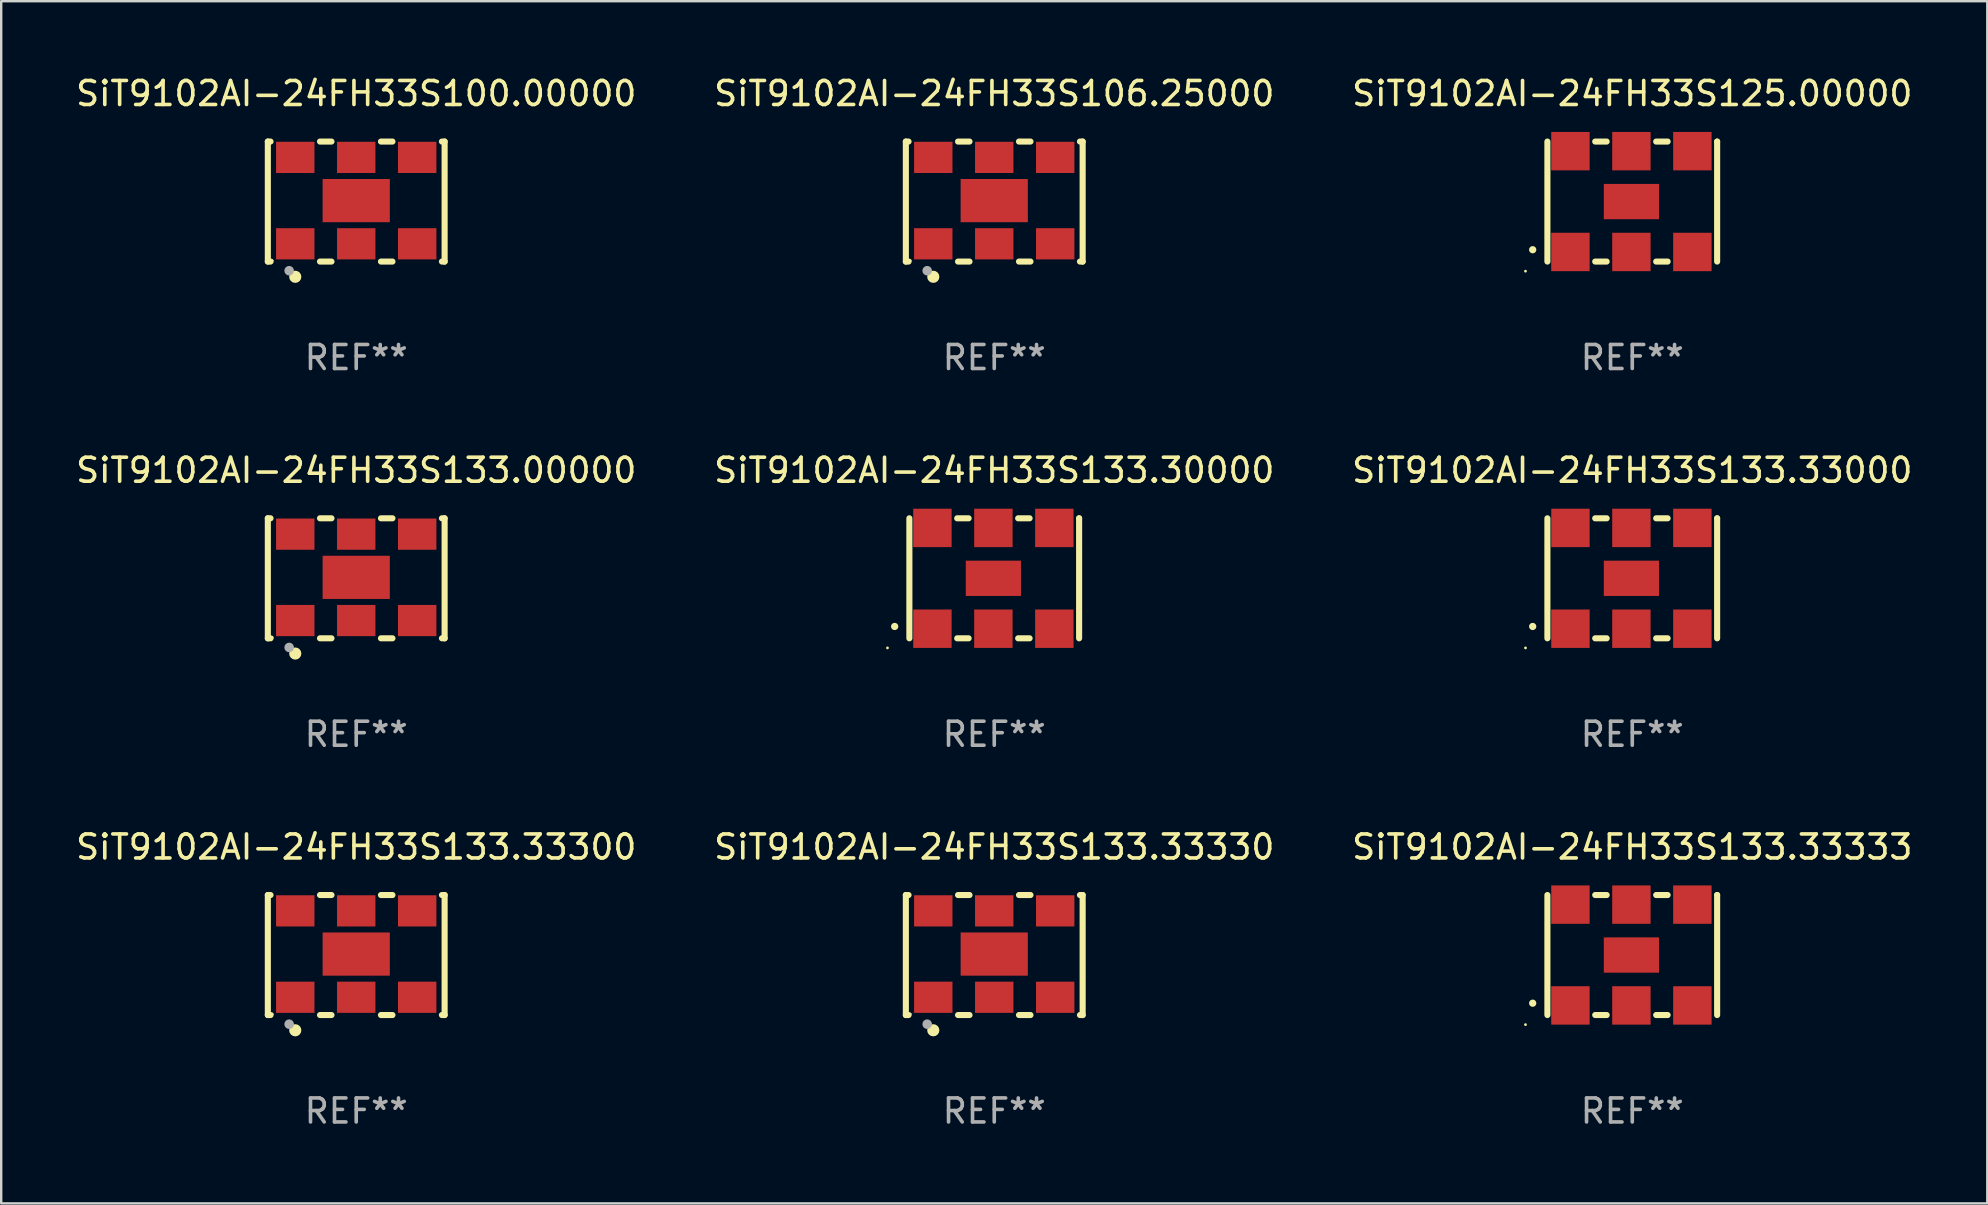
<source format=kicad_pcb>
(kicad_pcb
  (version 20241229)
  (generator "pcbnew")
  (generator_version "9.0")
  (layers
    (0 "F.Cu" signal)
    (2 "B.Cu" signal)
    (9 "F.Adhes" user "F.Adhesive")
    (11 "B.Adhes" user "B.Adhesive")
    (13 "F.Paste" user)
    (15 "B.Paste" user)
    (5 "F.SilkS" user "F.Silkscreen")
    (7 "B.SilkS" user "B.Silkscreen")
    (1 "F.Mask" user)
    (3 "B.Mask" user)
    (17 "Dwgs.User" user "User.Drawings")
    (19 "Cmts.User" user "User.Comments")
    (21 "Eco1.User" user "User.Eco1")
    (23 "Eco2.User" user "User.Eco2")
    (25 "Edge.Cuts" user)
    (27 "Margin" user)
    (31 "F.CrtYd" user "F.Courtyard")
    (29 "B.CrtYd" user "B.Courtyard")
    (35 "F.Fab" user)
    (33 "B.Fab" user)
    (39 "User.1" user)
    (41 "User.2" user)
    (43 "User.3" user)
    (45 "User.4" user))
  (footprint "SiT9102AI-24FH33S133.33333"
    (layer "F.Cu")
    (at 64.958 36.741)
    (property "Reference" "SiT9102AI-24FH33S133.33333" (at 0 -4.5 0) (layer "F.SilkS") (effects (font (size 1 1) (thickness 0.15))))
    (attr through_hole)
    (fp_line (start -3.536 -2.5) (end -3.536 2.5) (stroke (width 0.254) (type solid)) (layer "F.SilkS"))
    (fp_line (start -1.544 2.5) (end -1.067 2.5) (stroke (width 0.254) (type solid)) (layer "F.SilkS"))
    (fp_line (start -1.067 -2.5) (end -1.544 -2.5) (stroke (width 0.254) (type solid)) (layer "F.SilkS"))
    (fp_line (start 0.996 2.5) (end 1.473 2.5) (stroke (width 0.254) (type solid)) (layer "F.SilkS"))
    (fp_line (start 1.473 -2.5) (end 0.996 -2.5) (stroke (width 0.254) (type solid)) (layer "F.SilkS"))
    (fp_line (start 3.536 -2.5) (end 3.536 -2.5) (stroke (width 0.254) (type solid)) (layer "F.SilkS"))
    (fp_line (start 3.536 2.5) (end 3.536 -2.5) (stroke (width 0.254) (type solid)) (layer "F.SilkS"))
    (fp_arc (start -4.150432 2.006604) (mid -4.149162 2.006599) (end -4.147892 2.006604) (stroke (width 0.3) (type solid)) (layer "F.SilkS"))
    (fp_circle (center -4.449 2.9) (end -4.419 2.9) (stroke (width 0.06) (type solid)) (fill no) (layer "F.SilkS"))
    (fp_text user "REF**" (at 0 6.5 0) (layer "F.Fab") (effects (font (size 1 1) (thickness 0.15))))
    (pad "1" smd rect (at -2.576 2.1) (size 1.6 1.6) (layers "F.Cu" "F.Mask" "F.Paste"))
    (pad "2" smd rect (at -0.036 2.1) (size 1.6 1.6) (layers "F.Cu" "F.Mask" "F.Paste"))
    (pad "3" smd rect (at 2.504 2.1) (size 1.6 1.6) (layers "F.Cu" "F.Mask" "F.Paste"))
    (pad "4" smd rect (at 2.504 -2.1) (size 1.6 1.6) (layers "F.Cu" "F.Mask" "F.Paste"))
    (pad "5" smd rect (at -0.036 -2.1) (size 1.6 1.6) (layers "F.Cu" "F.Mask" "F.Paste"))
    (pad "6" smd rect (at -2.576 -2.1) (size 1.6 1.6) (layers "F.Cu" "F.Mask" "F.Paste"))
    (pad "7" smd rect (at -0.036 0) (size 2.3 1.47) (layers "F.Cu" "F.Mask" "F.Paste")))
  (footprint "SiT9102AI-24FH33S133.00000"
    (layer "F.Cu")
    (at 11.792 21.045)
    (property "Reference" "SiT9102AI-24FH33S133.00000" (at 0 -4.5 0) (layer "F.SilkS") (effects (font (size 1 1) (thickness 0.15))))
    (attr through_hole)
    (fp_line (start -3.683 -2.5) (end -3.571 -2.5) (stroke (width 0.254) (type solid)) (layer "F.SilkS"))
    (fp_line (start -3.683 2.5) (end -3.683 -2.5) (stroke (width 0.254) (type solid)) (layer "F.SilkS"))
    (fp_line (start -3.683 2.5) (end -3.571 2.5) (stroke (width 0.254) (type solid)) (layer "F.SilkS"))
    (fp_line (start -1.509 -2.5) (end -1.031 -2.5) (stroke (width 0.254) (type solid)) (layer "F.SilkS"))
    (fp_line (start -1.509 2.5) (end -1.031 2.5) (stroke (width 0.254) (type solid)) (layer "F.SilkS"))
    (fp_line (start 1.031 -2.5) (end 1.509 -2.5) (stroke (width 0.254) (type solid)) (layer "F.SilkS"))
    (fp_line (start 1.031 2.5) (end 1.509 2.5) (stroke (width 0.254) (type solid)) (layer "F.SilkS"))
    (fp_line (start 3.571 -2.5) (end 3.683 -2.5) (stroke (width 0.254) (type solid)) (layer "F.SilkS"))
    (fp_line (start 3.571 2.5) (end 3.683 2.5) (stroke (width 0.254) (type solid)) (layer "F.SilkS"))
    (fp_line (start 3.683 2.5) (end 3.683 -2.5) (stroke (width 0.254) (type solid)) (layer "F.SilkS"))
    (fp_circle (center -3.5 2.46) (end -3.47 2.46) (stroke (width 0.06) (type solid)) (fill no) (layer "F.SilkS"))
    (fp_circle (center -2.54 3.135) (end -2.413 3.135) (stroke (width 0.254) (type solid)) (fill no) (layer "F.SilkS"))
    (fp_circle (center -2.794 2.881) (end -2.694 2.881) (stroke (width 0.2) (type solid)) (fill no) (layer "F.Fab"))
    (fp_text user "REF**" (at 0 6.5 0) (layer "F.Fab") (effects (font (size 1 1) (thickness 0.15))))
    (pad "1" smd rect (at -2.54 1.76) (size 1.6 1.3) (layers "F.Cu" "F.Mask" "F.Paste"))
    (pad "2" smd rect (at 0 1.76) (size 1.6 1.3) (layers "F.Cu" "F.Mask" "F.Paste"))
    (pad "3" smd rect (at 2.54 1.76) (size 1.6 1.3) (layers "F.Cu" "F.Mask" "F.Paste"))
    (pad "4" smd rect (at 2.54 -1.84) (size 1.6 1.3) (layers "F.Cu" "F.Mask" "F.Paste"))
    (pad "5" smd rect (at 0 -1.84) (size 1.6 1.3) (layers "F.Cu" "F.Mask" "F.Paste"))
    (pad "6" smd rect (at -2.54 -1.84) (size 1.6 1.3) (layers "F.Cu" "F.Mask" "F.Paste"))
    (pad "7" smd rect (at 0 -0.04) (size 2.8 1.8) (layers "F.Cu" "F.Mask" "F.Paste")))
  (footprint "SiT9102AI-24FH33S133.30000"
    (layer "F.Cu")
    (at 38.375 21.045)
    (property "Reference" "SiT9102AI-24FH33S133.30000" (at 0 -4.5 0) (layer "F.SilkS") (effects (font (size 1 1) (thickness 0.15))))
    (attr through_hole)
    (fp_line (start -3.536 -2.5) (end -3.536 2.5) (stroke (width 0.254) (type solid)) (layer "F.SilkS"))
    (fp_line (start -1.544 2.5) (end -1.067 2.5) (stroke (width 0.254) (type solid)) (layer "F.SilkS"))
    (fp_line (start -1.067 -2.5) (end -1.544 -2.5) (stroke (width 0.254) (type solid)) (layer "F.SilkS"))
    (fp_line (start 0.996 2.5) (end 1.473 2.5) (stroke (width 0.254) (type solid)) (layer "F.SilkS"))
    (fp_line (start 1.473 -2.5) (end 0.996 -2.5) (stroke (width 0.254) (type solid)) (layer "F.SilkS"))
    (fp_line (start 3.536 -2.5) (end 3.536 -2.5) (stroke (width 0.254) (type solid)) (layer "F.SilkS"))
    (fp_line (start 3.536 2.5) (end 3.536 -2.5) (stroke (width 0.254) (type solid)) (layer "F.SilkS"))
    (fp_arc (start -4.150432 2.006604) (mid -4.149162 2.006599) (end -4.147892 2.006604) (stroke (width 0.3) (type solid)) (layer "F.SilkS"))
    (fp_circle (center -4.449 2.9) (end -4.419 2.9) (stroke (width 0.06) (type solid)) (fill no) (layer "F.SilkS"))
    (fp_text user "REF**" (at 0 6.5 0) (layer "F.Fab") (effects (font (size 1 1) (thickness 0.15))))
    (pad "1" smd rect (at -2.576 2.1) (size 1.6 1.6) (layers "F.Cu" "F.Mask" "F.Paste"))
    (pad "2" smd rect (at -0.036 2.1) (size 1.6 1.6) (layers "F.Cu" "F.Mask" "F.Paste"))
    (pad "3" smd rect (at 2.504 2.1) (size 1.6 1.6) (layers "F.Cu" "F.Mask" "F.Paste"))
    (pad "4" smd rect (at 2.504 -2.1) (size 1.6 1.6) (layers "F.Cu" "F.Mask" "F.Paste"))
    (pad "5" smd rect (at -0.036 -2.1) (size 1.6 1.6) (layers "F.Cu" "F.Mask" "F.Paste"))
    (pad "6" smd rect (at -2.576 -2.1) (size 1.6 1.6) (layers "F.Cu" "F.Mask" "F.Paste"))
    (pad "7" smd rect (at -0.036 0) (size 2.3 1.47) (layers "F.Cu" "F.Mask" "F.Paste")))
  (footprint "SiT9102AI-24FH33S106.25000"
    (layer "F.Cu")
    (at 38.375 5.348)
    (property "Reference" "SiT9102AI-24FH33S106.25000" (at 0 -4.5 0) (layer "F.SilkS") (effects (font (size 1 1) (thickness 0.15))))
    (attr through_hole)
    (fp_line (start -3.683 -2.5) (end -3.571 -2.5) (stroke (width 0.254) (type solid)) (layer "F.SilkS"))
    (fp_line (start -3.683 2.5) (end -3.683 -2.5) (stroke (width 0.254) (type solid)) (layer "F.SilkS"))
    (fp_line (start -3.683 2.5) (end -3.571 2.5) (stroke (width 0.254) (type solid)) (layer "F.SilkS"))
    (fp_line (start -1.509 -2.5) (end -1.031 -2.5) (stroke (width 0.254) (type solid)) (layer "F.SilkS"))
    (fp_line (start -1.509 2.5) (end -1.031 2.5) (stroke (width 0.254) (type solid)) (layer "F.SilkS"))
    (fp_line (start 1.031 -2.5) (end 1.509 -2.5) (stroke (width 0.254) (type solid)) (layer "F.SilkS"))
    (fp_line (start 1.031 2.5) (end 1.509 2.5) (stroke (width 0.254) (type solid)) (layer "F.SilkS"))
    (fp_line (start 3.571 -2.5) (end 3.683 -2.5) (stroke (width 0.254) (type solid)) (layer "F.SilkS"))
    (fp_line (start 3.571 2.5) (end 3.683 2.5) (stroke (width 0.254) (type solid)) (layer "F.SilkS"))
    (fp_line (start 3.683 2.5) (end 3.683 -2.5) (stroke (width 0.254) (type solid)) (layer "F.SilkS"))
    (fp_circle (center -3.5 2.46) (end -3.47 2.46) (stroke (width 0.06) (type solid)) (fill no) (layer "F.SilkS"))
    (fp_circle (center -2.54 3.135) (end -2.413 3.135) (stroke (width 0.254) (type solid)) (fill no) (layer "F.SilkS"))
    (fp_circle (center -2.794 2.881) (end -2.694 2.881) (stroke (width 0.2) (type solid)) (fill no) (layer "F.Fab"))
    (fp_text user "REF**" (at 0 6.5 0) (layer "F.Fab") (effects (font (size 1 1) (thickness 0.15))))
    (pad "1" smd rect (at -2.54 1.76) (size 1.6 1.3) (layers "F.Cu" "F.Mask" "F.Paste"))
    (pad "2" smd rect (at 0 1.76) (size 1.6 1.3) (layers "F.Cu" "F.Mask" "F.Paste"))
    (pad "3" smd rect (at 2.54 1.76) (size 1.6 1.3) (layers "F.Cu" "F.Mask" "F.Paste"))
    (pad "4" smd rect (at 2.54 -1.84) (size 1.6 1.3) (layers "F.Cu" "F.Mask" "F.Paste"))
    (pad "5" smd rect (at 0 -1.84) (size 1.6 1.3) (layers "F.Cu" "F.Mask" "F.Paste"))
    (pad "6" smd rect (at -2.54 -1.84) (size 1.6 1.3) (layers "F.Cu" "F.Mask" "F.Paste"))
    (pad "7" smd rect (at 0 -0.04) (size 2.8 1.8) (layers "F.Cu" "F.Mask" "F.Paste")))
  (footprint "SiT9102AI-24FH33S133.33300"
    (layer "F.Cu")
    (at 11.792 36.741)
    (property "Reference" "SiT9102AI-24FH33S133.33300" (at 0 -4.5 0) (layer "F.SilkS") (effects (font (size 1 1) (thickness 0.15))))
    (attr through_hole)
    (fp_line (start -3.683 -2.5) (end -3.571 -2.5) (stroke (width 0.254) (type solid)) (layer "F.SilkS"))
    (fp_line (start -3.683 2.5) (end -3.683 -2.5) (stroke (width 0.254) (type solid)) (layer "F.SilkS"))
    (fp_line (start -3.683 2.5) (end -3.571 2.5) (stroke (width 0.254) (type solid)) (layer "F.SilkS"))
    (fp_line (start -1.509 -2.5) (end -1.031 -2.5) (stroke (width 0.254) (type solid)) (layer "F.SilkS"))
    (fp_line (start -1.509 2.5) (end -1.031 2.5) (stroke (width 0.254) (type solid)) (layer "F.SilkS"))
    (fp_line (start 1.031 -2.5) (end 1.509 -2.5) (stroke (width 0.254) (type solid)) (layer "F.SilkS"))
    (fp_line (start 1.031 2.5) (end 1.509 2.5) (stroke (width 0.254) (type solid)) (layer "F.SilkS"))
    (fp_line (start 3.571 -2.5) (end 3.683 -2.5) (stroke (width 0.254) (type solid)) (layer "F.SilkS"))
    (fp_line (start 3.571 2.5) (end 3.683 2.5) (stroke (width 0.254) (type solid)) (layer "F.SilkS"))
    (fp_line (start 3.683 2.5) (end 3.683 -2.5) (stroke (width 0.254) (type solid)) (layer "F.SilkS"))
    (fp_circle (center -3.5 2.46) (end -3.47 2.46) (stroke (width 0.06) (type solid)) (fill no) (layer "F.SilkS"))
    (fp_circle (center -2.54 3.135) (end -2.413 3.135) (stroke (width 0.254) (type solid)) (fill no) (layer "F.SilkS"))
    (fp_circle (center -2.794 2.881) (end -2.694 2.881) (stroke (width 0.2) (type solid)) (fill no) (layer "F.Fab"))
    (fp_text user "REF**" (at 0 6.5 0) (layer "F.Fab") (effects (font (size 1 1) (thickness 0.15))))
    (pad "1" smd rect (at -2.54 1.76) (size 1.6 1.3) (layers "F.Cu" "F.Mask" "F.Paste"))
    (pad "2" smd rect (at 0 1.76) (size 1.6 1.3) (layers "F.Cu" "F.Mask" "F.Paste"))
    (pad "3" smd rect (at 2.54 1.76) (size 1.6 1.3) (layers "F.Cu" "F.Mask" "F.Paste"))
    (pad "4" smd rect (at 2.54 -1.84) (size 1.6 1.3) (layers "F.Cu" "F.Mask" "F.Paste"))
    (pad "5" smd rect (at 0 -1.84) (size 1.6 1.3) (layers "F.Cu" "F.Mask" "F.Paste"))
    (pad "6" smd rect (at -2.54 -1.84) (size 1.6 1.3) (layers "F.Cu" "F.Mask" "F.Paste"))
    (pad "7" smd rect (at 0 -0.04) (size 2.8 1.8) (layers "F.Cu" "F.Mask" "F.Paste")))
  (footprint "SiT9102AI-24FH33S133.33330"
    (layer "F.Cu")
    (at 38.375 36.741)
    (property "Reference" "SiT9102AI-24FH33S133.33330" (at 0 -4.5 0) (layer "F.SilkS") (effects (font (size 1 1) (thickness 0.15))))
    (attr through_hole)
    (fp_line (start -3.683 -2.5) (end -3.571 -2.5) (stroke (width 0.254) (type solid)) (layer "F.SilkS"))
    (fp_line (start -3.683 2.5) (end -3.683 -2.5) (stroke (width 0.254) (type solid)) (layer "F.SilkS"))
    (fp_line (start -3.683 2.5) (end -3.571 2.5) (stroke (width 0.254) (type solid)) (layer "F.SilkS"))
    (fp_line (start -1.509 -2.5) (end -1.031 -2.5) (stroke (width 0.254) (type solid)) (layer "F.SilkS"))
    (fp_line (start -1.509 2.5) (end -1.031 2.5) (stroke (width 0.254) (type solid)) (layer "F.SilkS"))
    (fp_line (start 1.031 -2.5) (end 1.509 -2.5) (stroke (width 0.254) (type solid)) (layer "F.SilkS"))
    (fp_line (start 1.031 2.5) (end 1.509 2.5) (stroke (width 0.254) (type solid)) (layer "F.SilkS"))
    (fp_line (start 3.571 -2.5) (end 3.683 -2.5) (stroke (width 0.254) (type solid)) (layer "F.SilkS"))
    (fp_line (start 3.571 2.5) (end 3.683 2.5) (stroke (width 0.254) (type solid)) (layer "F.SilkS"))
    (fp_line (start 3.683 2.5) (end 3.683 -2.5) (stroke (width 0.254) (type solid)) (layer "F.SilkS"))
    (fp_circle (center -3.5 2.46) (end -3.47 2.46) (stroke (width 0.06) (type solid)) (fill no) (layer "F.SilkS"))
    (fp_circle (center -2.54 3.135) (end -2.413 3.135) (stroke (width 0.254) (type solid)) (fill no) (layer "F.SilkS"))
    (fp_circle (center -2.794 2.881) (end -2.694 2.881) (stroke (width 0.2) (type solid)) (fill no) (layer "F.Fab"))
    (fp_text user "REF**" (at 0 6.5 0) (layer "F.Fab") (effects (font (size 1 1) (thickness 0.15))))
    (pad "1" smd rect (at -2.54 1.76) (size 1.6 1.3) (layers "F.Cu" "F.Mask" "F.Paste"))
    (pad "2" smd rect (at 0 1.76) (size 1.6 1.3) (layers "F.Cu" "F.Mask" "F.Paste"))
    (pad "3" smd rect (at 2.54 1.76) (size 1.6 1.3) (layers "F.Cu" "F.Mask" "F.Paste"))
    (pad "4" smd rect (at 2.54 -1.84) (size 1.6 1.3) (layers "F.Cu" "F.Mask" "F.Paste"))
    (pad "5" smd rect (at 0 -1.84) (size 1.6 1.3) (layers "F.Cu" "F.Mask" "F.Paste"))
    (pad "6" smd rect (at -2.54 -1.84) (size 1.6 1.3) (layers "F.Cu" "F.Mask" "F.Paste"))
    (pad "7" smd rect (at 0 -0.04) (size 2.8 1.8) (layers "F.Cu" "F.Mask" "F.Paste")))
  (footprint "SiT9102AI-24FH33S100.00000"
    (layer "F.Cu")
    (at 11.792 5.348)
    (property "Reference" "SiT9102AI-24FH33S100.00000" (at 0 -4.5 0) (layer "F.SilkS") (effects (font (size 1 1) (thickness 0.15))))
    (attr through_hole)
    (fp_line (start -3.683 -2.5) (end -3.571 -2.5) (stroke (width 0.254) (type solid)) (layer "F.SilkS"))
    (fp_line (start -3.683 2.5) (end -3.683 -2.5) (stroke (width 0.254) (type solid)) (layer "F.SilkS"))
    (fp_line (start -3.683 2.5) (end -3.571 2.5) (stroke (width 0.254) (type solid)) (layer "F.SilkS"))
    (fp_line (start -1.509 -2.5) (end -1.031 -2.5) (stroke (width 0.254) (type solid)) (layer "F.SilkS"))
    (fp_line (start -1.509 2.5) (end -1.031 2.5) (stroke (width 0.254) (type solid)) (layer "F.SilkS"))
    (fp_line (start 1.031 -2.5) (end 1.509 -2.5) (stroke (width 0.254) (type solid)) (layer "F.SilkS"))
    (fp_line (start 1.031 2.5) (end 1.509 2.5) (stroke (width 0.254) (type solid)) (layer "F.SilkS"))
    (fp_line (start 3.571 -2.5) (end 3.683 -2.5) (stroke (width 0.254) (type solid)) (layer "F.SilkS"))
    (fp_line (start 3.571 2.5) (end 3.683 2.5) (stroke (width 0.254) (type solid)) (layer "F.SilkS"))
    (fp_line (start 3.683 2.5) (end 3.683 -2.5) (stroke (width 0.254) (type solid)) (layer "F.SilkS"))
    (fp_circle (center -3.5 2.46) (end -3.47 2.46) (stroke (width 0.06) (type solid)) (fill no) (layer "F.SilkS"))
    (fp_circle (center -2.54 3.135) (end -2.413 3.135) (stroke (width 0.254) (type solid)) (fill no) (layer "F.SilkS"))
    (fp_circle (center -2.794 2.881) (end -2.694 2.881) (stroke (width 0.2) (type solid)) (fill no) (layer "F.Fab"))
    (fp_text user "REF**" (at 0 6.5 0) (layer "F.Fab") (effects (font (size 1 1) (thickness 0.15))))
    (pad "1" smd rect (at -2.54 1.76) (size 1.6 1.3) (layers "F.Cu" "F.Mask" "F.Paste"))
    (pad "2" smd rect (at 0 1.76) (size 1.6 1.3) (layers "F.Cu" "F.Mask" "F.Paste"))
    (pad "3" smd rect (at 2.54 1.76) (size 1.6 1.3) (layers "F.Cu" "F.Mask" "F.Paste"))
    (pad "4" smd rect (at 2.54 -1.84) (size 1.6 1.3) (layers "F.Cu" "F.Mask" "F.Paste"))
    (pad "5" smd rect (at 0 -1.84) (size 1.6 1.3) (layers "F.Cu" "F.Mask" "F.Paste"))
    (pad "6" smd rect (at -2.54 -1.84) (size 1.6 1.3) (layers "F.Cu" "F.Mask" "F.Paste"))
    (pad "7" smd rect (at 0 -0.04) (size 2.8 1.8) (layers "F.Cu" "F.Mask" "F.Paste")))
  (footprint "SiT9102AI-24FH33S125.00000"
    (layer "F.Cu")
    (at 64.958 5.348)
    (property "Reference" "SiT9102AI-24FH33S125.00000" (at 0 -4.5 0) (layer "F.SilkS") (effects (font (size 1 1) (thickness 0.15))))
    (attr through_hole)
    (fp_line (start -3.536 -2.5) (end -3.536 2.5) (stroke (width 0.254) (type solid)) (layer "F.SilkS"))
    (fp_line (start -1.544 2.5) (end -1.067 2.5) (stroke (width 0.254) (type solid)) (layer "F.SilkS"))
    (fp_line (start -1.067 -2.5) (end -1.544 -2.5) (stroke (width 0.254) (type solid)) (layer "F.SilkS"))
    (fp_line (start 0.996 2.5) (end 1.473 2.5) (stroke (width 0.254) (type solid)) (layer "F.SilkS"))
    (fp_line (start 1.473 -2.5) (end 0.996 -2.5) (stroke (width 0.254) (type solid)) (layer "F.SilkS"))
    (fp_line (start 3.536 -2.5) (end 3.536 -2.5) (stroke (width 0.254) (type solid)) (layer "F.SilkS"))
    (fp_line (start 3.536 2.5) (end 3.536 -2.5) (stroke (width 0.254) (type solid)) (layer "F.SilkS"))
    (fp_arc (start -4.150432 2.006604) (mid -4.149162 2.006599) (end -4.147892 2.006604) (stroke (width 0.3) (type solid)) (layer "F.SilkS"))
    (fp_circle (center -4.449 2.9) (end -4.419 2.9) (stroke (width 0.06) (type solid)) (fill no) (layer "F.SilkS"))
    (fp_text user "REF**" (at 0 6.5 0) (layer "F.Fab") (effects (font (size 1 1) (thickness 0.15))))
    (pad "1" smd rect (at -2.576 2.1) (size 1.6 1.6) (layers "F.Cu" "F.Mask" "F.Paste"))
    (pad "2" smd rect (at -0.036 2.1) (size 1.6 1.6) (layers "F.Cu" "F.Mask" "F.Paste"))
    (pad "3" smd rect (at 2.504 2.1) (size 1.6 1.6) (layers "F.Cu" "F.Mask" "F.Paste"))
    (pad "4" smd rect (at 2.504 -2.1) (size 1.6 1.6) (layers "F.Cu" "F.Mask" "F.Paste"))
    (pad "5" smd rect (at -0.036 -2.1) (size 1.6 1.6) (layers "F.Cu" "F.Mask" "F.Paste"))
    (pad "6" smd rect (at -2.576 -2.1) (size 1.6 1.6) (layers "F.Cu" "F.Mask" "F.Paste"))
    (pad "7" smd rect (at -0.036 0) (size 2.3 1.47) (layers "F.Cu" "F.Mask" "F.Paste")))
  (footprint "SiT9102AI-24FH33S133.33000"
    (layer "F.Cu")
    (at 64.958 21.045)
    (property "Reference" "SiT9102AI-24FH33S133.33000" (at 0 -4.5 0) (layer "F.SilkS") (effects (font (size 1 1) (thickness 0.15))))
    (attr through_hole)
    (fp_line (start -3.536 -2.5) (end -3.536 2.5) (stroke (width 0.254) (type solid)) (layer "F.SilkS"))
    (fp_line (start -1.544 2.5) (end -1.067 2.5) (stroke (width 0.254) (type solid)) (layer "F.SilkS"))
    (fp_line (start -1.067 -2.5) (end -1.544 -2.5) (stroke (width 0.254) (type solid)) (layer "F.SilkS"))
    (fp_line (start 0.996 2.5) (end 1.473 2.5) (stroke (width 0.254) (type solid)) (layer "F.SilkS"))
    (fp_line (start 1.473 -2.5) (end 0.996 -2.5) (stroke (width 0.254) (type solid)) (layer "F.SilkS"))
    (fp_line (start 3.536 -2.5) (end 3.536 -2.5) (stroke (width 0.254) (type solid)) (layer "F.SilkS"))
    (fp_line (start 3.536 2.5) (end 3.536 -2.5) (stroke (width 0.254) (type solid)) (layer "F.SilkS"))
    (fp_arc (start -4.150432 2.006604) (mid -4.149162 2.006599) (end -4.147892 2.006604) (stroke (width 0.3) (type solid)) (layer "F.SilkS"))
    (fp_circle (center -4.449 2.9) (end -4.419 2.9) (stroke (width 0.06) (type solid)) (fill no) (layer "F.SilkS"))
    (fp_text user "REF**" (at 0 6.5 0) (layer "F.Fab") (effects (font (size 1 1) (thickness 0.15))))
    (pad "1" smd rect (at -2.576 2.1) (size 1.6 1.6) (layers "F.Cu" "F.Mask" "F.Paste"))
    (pad "2" smd rect (at -0.036 2.1) (size 1.6 1.6) (layers "F.Cu" "F.Mask" "F.Paste"))
    (pad "3" smd rect (at 2.504 2.1) (size 1.6 1.6) (layers "F.Cu" "F.Mask" "F.Paste"))
    (pad "4" smd rect (at 2.504 -2.1) (size 1.6 1.6) (layers "F.Cu" "F.Mask" "F.Paste"))
    (pad "5" smd rect (at -0.036 -2.1) (size 1.6 1.6) (layers "F.Cu" "F.Mask" "F.Paste"))
    (pad "6" smd rect (at -2.576 -2.1) (size 1.6 1.6) (layers "F.Cu" "F.Mask" "F.Paste"))
    (pad "7" smd rect (at -0.036 0) (size 2.3 1.47) (layers "F.Cu" "F.Mask" "F.Paste")))
  (gr_rect
    (start -3 -3)
    (end 79.75 47.09)
    (stroke (width 0.1) (type default))
    (fill no)
    (layer "Edge.Cuts")))
</source>
